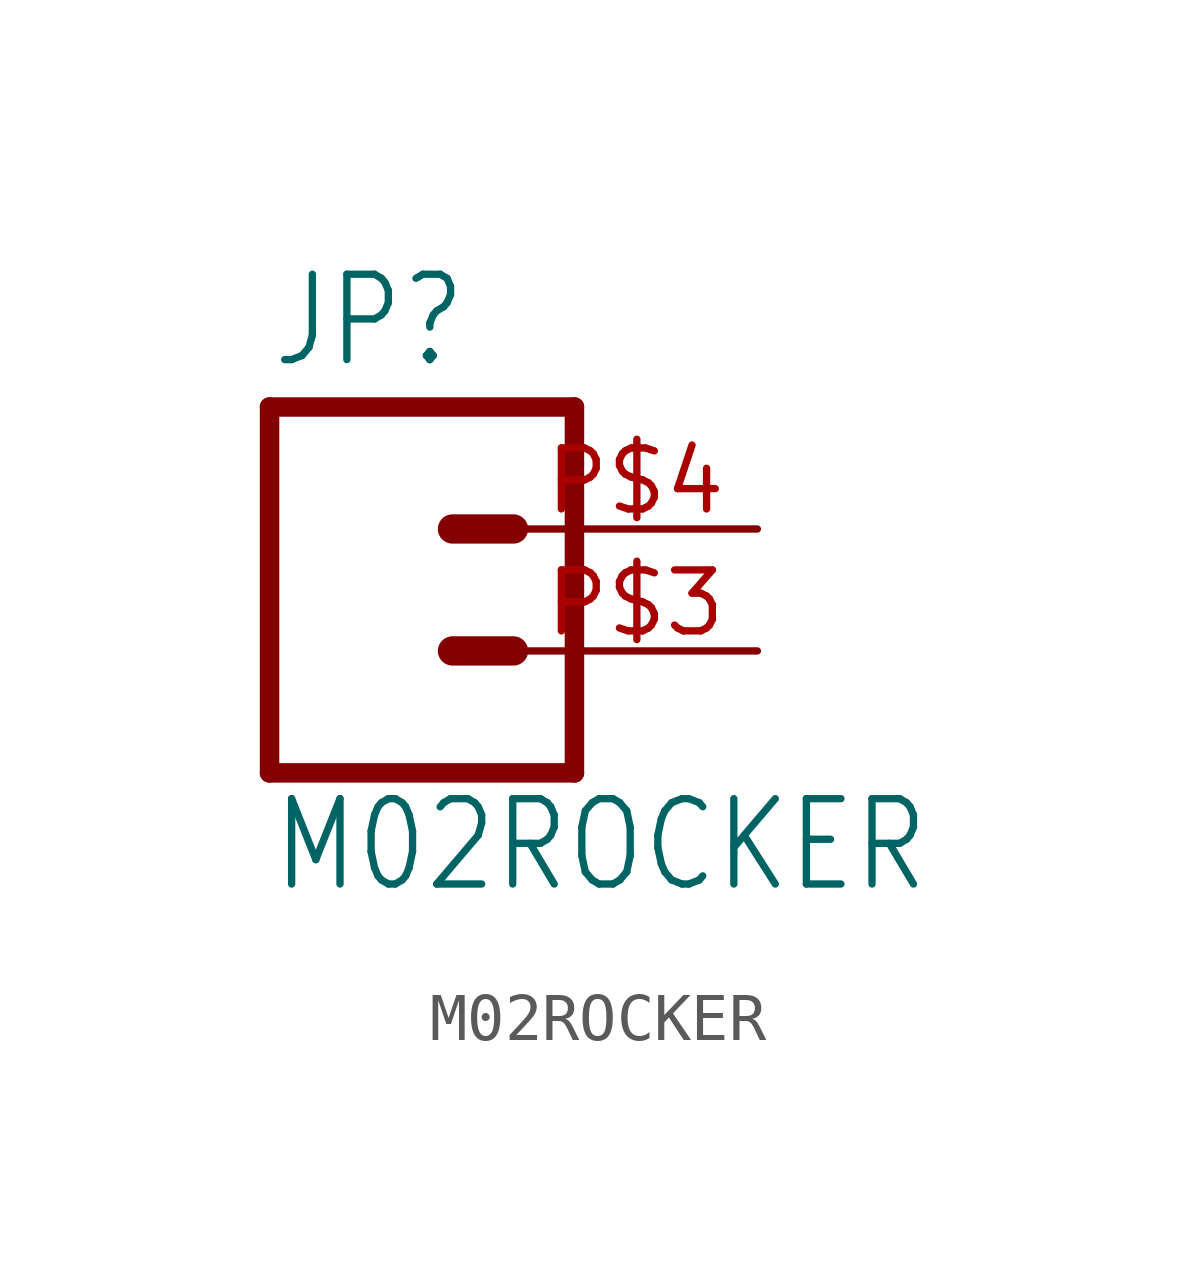
<source format=kicad_sym>
(kicad_symbol_lib
  (version 20211014)
  (generator kicad_symbol_editor)
  (symbol "M02ROCKER"
    (property "Reference" "JP"
      (at -2.54 5.842 0)
      (effects (font (size 1.778 1.511)) (justify left bottom)))
    (property "Value" "M02ROCKER"
      (at -2.54 -5.08 0)
      (effects (font (size 1.778 1.511)) (justify left bottom)))
    (property "ki_locked" ""
      (at 0 0 0)
      (effects (font (size 1.27 1.27))))
    (symbol "M02ROCKER_1_0"
      (polyline (pts (xy -2.54 5.08) (xy -2.54 -2.54)) (stroke (width 0.406) (type default) (color 0 0 0 0)) (fill (type none)))
      (polyline (pts (xy -2.54 5.08) (xy 3.81 5.08)) (stroke (width 0.406) (type default) (color 0 0 0 0)) (fill (type none)))
      (polyline (pts (xy 1.27 0) (xy 2.54 0)) (stroke (width 0.61) (type default) (color 0 0 0 0)) (fill (type none)))
      (polyline (pts (xy 1.27 2.54) (xy 2.54 2.54)) (stroke (width 0.61) (type default) (color 0 0 0 0)) (fill (type none)))
      (polyline (pts (xy 3.81 -2.54) (xy -2.54 -2.54)) (stroke (width 0.406) (type default) (color 0 0 0 0)) (fill (type none)))
      (polyline (pts (xy 3.81 -2.54) (xy 3.81 5.08)) (stroke (width 0.406) (type default) (color 0 0 0 0)) (fill (type none)))
      (pin passive line (at 7.62 0 180) (length 5.08) (name "1" (effects (font (size 0 0)))) (number "P$3" (effects (font (size 1.27 1.27)))))
      (pin passive line (at 7.62 2.54 180) (length 5.08) (name "2" (effects (font (size 0 0)))) (number "P$4" (effects (font (size 1.27 1.27))))))))
</source>
